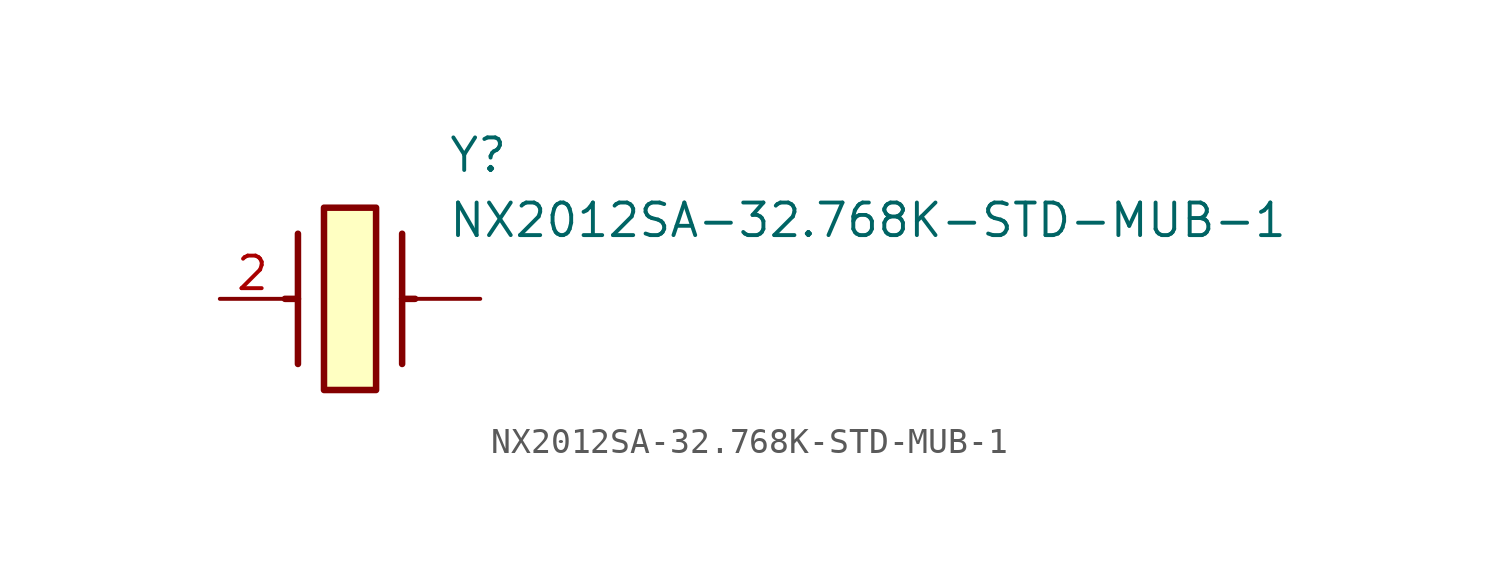
<source format=kicad_sym>
(kicad_symbol_lib
  (version 20211014)
  (generator SamacSys_ECAD_Model)
  (symbol "NX2012SA-32.768K-STD-MUB-1"
    (pin_names hide)
    (property "Reference" "Y"
      (at 8.89 6.35 0)
      (effects (font (size 1.27 1.27)) (justify left top)))
    (property "Value" "NX2012SA-32.768K-STD-MUB-1"
      (at 8.89 3.81 0)
      (effects (font (size 1.27 1.27)) (justify left top)))
    (rectangle
      (start 4.064 3.556)
      (end 6.096 -3.556)
      (stroke (width 0.254) (type default))
      (fill (type background)))
    (polyline
      (pts (xy 3.048 2.54) (xy 3.048 -2.54))
      (stroke (width 0.254) (type default))
      (fill (type none)))
    (polyline
      (pts (xy 7.112 2.54) (xy 7.112 -2.54))
      (stroke (width 0.254) (type default))
      (fill (type none)))
    (polyline
      (pts (xy 7.112 0) (xy 7.62 0))
      (stroke (width 0.254) (type default))
      (fill (type none)))
    (polyline
      (pts (xy 3.048 0) (xy 2.54 0))
      (stroke (width 0.254) (type default))
      (fill (type none)))
    (pin passive line
      (at 0 0 0)
      (length 2.54)
      (name "CRYSTAL_2" (effects (font (size 1.27 1.27))))
      (number "2" (effects (font (size 1.27 1.27)))))
    (pin passive line
      (at 10.16 0 180)
      (length 2.54)
      (name "" (effects (font (size 1.27 1.27))))
      (number "" (effects (font (size 1.27 1.27)))))))
</source>
